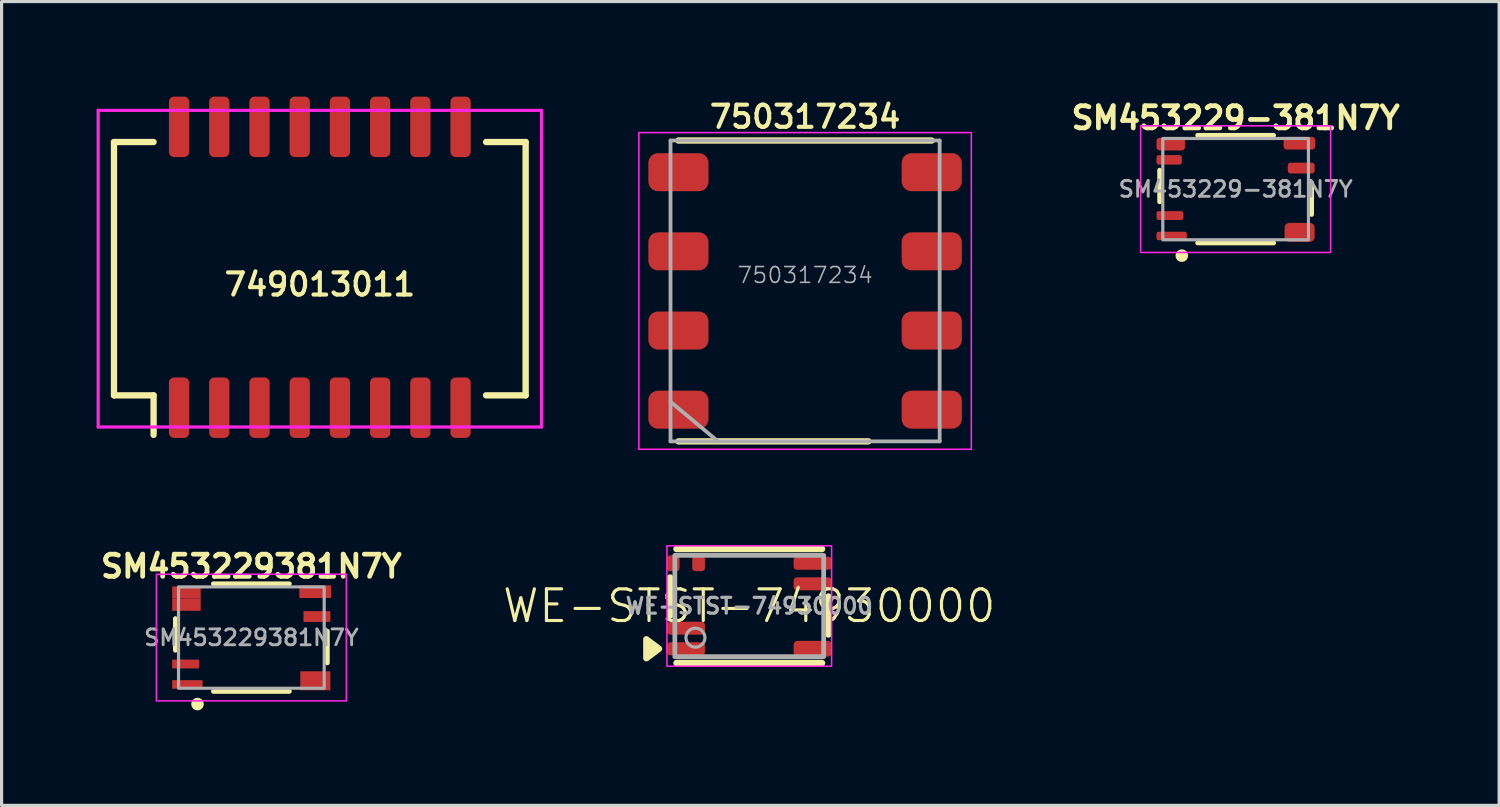
<source format=kicad_pcb>
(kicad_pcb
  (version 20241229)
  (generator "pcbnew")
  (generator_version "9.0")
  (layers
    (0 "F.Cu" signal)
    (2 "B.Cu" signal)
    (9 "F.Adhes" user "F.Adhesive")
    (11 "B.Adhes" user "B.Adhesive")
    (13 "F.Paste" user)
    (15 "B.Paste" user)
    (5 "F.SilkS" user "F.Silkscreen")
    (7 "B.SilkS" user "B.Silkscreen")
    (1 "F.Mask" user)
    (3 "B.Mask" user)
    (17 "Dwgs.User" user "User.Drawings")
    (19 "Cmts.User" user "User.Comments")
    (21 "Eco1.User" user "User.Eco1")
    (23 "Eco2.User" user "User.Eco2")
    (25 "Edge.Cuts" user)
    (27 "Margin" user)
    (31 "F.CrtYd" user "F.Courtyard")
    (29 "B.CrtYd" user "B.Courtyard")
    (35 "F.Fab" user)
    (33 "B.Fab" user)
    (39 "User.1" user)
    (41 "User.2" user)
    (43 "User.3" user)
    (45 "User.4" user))
  (footprint "WE-STST-74930000"
    (layer "F.Cu")
    (at 20.612 16.088)
    (property "Reference" "WE-STST-74930000" (at 0 0 0) (unlocked yes) (layer "F.SilkS") (effects (font (size 1 1) (thickness 0.1))))
    (attr smd)
    (fp_rect (start -2.4 -1.55) (end -1.6 -1.15) (stroke (width 0.1) (type solid)) (fill yes) (layer "F.Mask"))
    (fp_line (start -2.5 -0.9) (end -2.5 0.3) (stroke (width 0.2) (type default)) (layer "F.SilkS"))
    (fp_line (start -2.3 -1.8) (end 2.3 -1.8) (stroke (width 0.2) (type default)) (layer "F.SilkS"))
    (fp_line (start -2.3 1.8) (end 2.3 1.8) (stroke (width 0.2) (type default)) (layer "F.SilkS"))
    (fp_line (start 2.5 -0.3) (end 2.5 0.9) (stroke (width 0.2) (type default)) (layer "F.SilkS"))
    (fp_poly (pts (xy -2.85 1.35) (xy -3.25 1.05) (xy -3.25 1.65)) (stroke (width 0.2) (type solid)) (fill yes) (layer "F.SilkS"))
    (fp_rect (start -2.6 -1.9) (end 2.6 1.9) (stroke (width 0.05) (type default)) (fill no) (layer "F.CrtYd"))
    (fp_rect (start -2.35 -1.6) (end 2.35 1.6) (stroke (width 0.15) (type default)) (fill no) (layer "F.Fab"))
    (fp_circle (center -1.7 1) (end -1.4 1) (stroke (width 0.1) (type solid)) (fill no) (layer "F.Fab"))
    (fp_text user "${REFERENCE}" (at 0 0 0) (unlocked yes) (layer "F.Fab") (effects (font (size 0.5 0.5) (thickness 0.1) (bold yes))))
    (pad "1" smd roundrect (at -2 1.35) (size 1.2 0.41) (layers "F.Cu" "F.Mask" "F.Paste") (roundrect_rratio 0.25))
    (pad "2" smd roundrect (at -2 0.7) (size 1.2 0.41) (layers "F.Cu" "F.Mask" "F.Paste") (roundrect_rratio 0.25))
    (pad "3" smd roundrect (at -2.4 -1.35) (size 0.4 0.5) (layers "F.Cu" "F.Mask" "F.Paste") (roundrect_rratio 0.25))
    (pad "4" smd roundrect (at -1.6 -1.35) (size 0.4 0.5) (layers "F.Cu" "F.Mask" "F.Paste") (roundrect_rratio 0.25))
    (pad "5" smd roundrect (at 2 1.35) (size 1.2 0.5) (layers "F.Cu" "F.Mask" "F.Paste") (roundrect_rratio 0.25))
    (pad "6" smd roundrect (at 2 -0.7) (size 1.2 0.41) (layers "F.Cu" "F.Mask" "F.Paste") (roundrect_rratio 0.25))
    (pad "7" smd roundrect (at 2 -1.35) (size 1.2 0.41) (layers "F.Cu" "F.Mask" "F.Paste") (roundrect_rratio 0.25)))
  (footprint "749013011"
    (layer "F.Cu")
    (at 7.05 5.435)
    (property "Reference" "749013011" (at 0 0.5 0) (layer "F.SilkS") (effects (font (size 0.7 0.7) (thickness 0.13))))
    (attr through_hole)
    (fp_line (start -6.5 -4) (end -6.5 4) (stroke (width 0.2) (type solid)) (layer "F.SilkS"))
    (fp_line (start -6.5 4) (end -5.25 4) (stroke (width 0.2) (type solid)) (layer "F.SilkS"))
    (fp_line (start -5.25 -4) (end -6.5 -4) (stroke (width 0.2) (type solid)) (layer "F.SilkS"))
    (fp_line (start -5.25 4) (end -5.25 5.25) (stroke (width 0.2) (type solid)) (layer "F.SilkS"))
    (fp_line (start 5.25 -4) (end 6.5 -4) (stroke (width 0.2) (type solid)) (layer "F.SilkS"))
    (fp_line (start 6.5 -4) (end 6.5 4) (stroke (width 0.2) (type solid)) (layer "F.SilkS"))
    (fp_line (start 6.5 4) (end 5.25 4) (stroke (width 0.2) (type solid)) (layer "F.SilkS"))
    (fp_line (start -7 -5) (end 7 -5) (stroke (width 0.1) (type solid)) (layer "F.CrtYd"))
    (fp_line (start -7 5) (end -7 -5) (stroke (width 0.1) (type solid)) (layer "F.CrtYd"))
    (fp_line (start 7 -5) (end 7 5) (stroke (width 0.1) (type solid)) (layer "F.CrtYd"))
    (fp_line (start 7 5) (end -7 5) (stroke (width 0.1) (type solid)) (layer "F.CrtYd"))
    (pad "1" smd roundrect (at -4.445 4.39) (size 0.64 1.91) (layers "F.Cu" "F.Mask" "F.Paste") (roundrect_rratio 0.25))
    (pad "2" smd roundrect (at -3.175 4.39) (size 0.64 1.91) (layers "F.Cu" "F.Mask" "F.Paste") (roundrect_rratio 0.25))
    (pad "3" smd roundrect (at -1.905 4.39) (size 0.64 1.91) (layers "F.Cu" "F.Mask" "F.Paste") (roundrect_rratio 0.25))
    (pad "4" smd roundrect (at -0.635 4.39) (size 0.64 1.91) (layers "F.Cu" "F.Mask" "F.Paste") (roundrect_rratio 0.25))
    (pad "5" smd roundrect (at 0.635 4.39) (size 0.64 1.91) (layers "F.Cu" "F.Mask" "F.Paste") (roundrect_rratio 0.25))
    (pad "6" smd roundrect (at 1.905 4.39) (size 0.64 1.91) (layers "F.Cu" "F.Mask" "F.Paste") (roundrect_rratio 0.25))
    (pad "7" smd roundrect (at 3.175 4.39) (size 0.64 1.91) (layers "F.Cu" "F.Mask" "F.Paste") (roundrect_rratio 0.25))
    (pad "8" smd roundrect (at 4.445 4.39) (size 0.64 1.91) (layers "F.Cu" "F.Mask" "F.Paste") (roundrect_rratio 0.25))
    (pad "9" smd roundrect (at 4.445 -4.48) (size 0.64 1.91) (layers "F.Cu" "F.Mask" "F.Paste") (roundrect_rratio 0.25))
    (pad "10" smd roundrect (at 3.175 -4.48) (size 0.64 1.91) (layers "F.Cu" "F.Mask" "F.Paste") (roundrect_rratio 0.25))
    (pad "11" smd roundrect (at 1.905 -4.48) (size 0.64 1.91) (layers "F.Cu" "F.Mask" "F.Paste") (roundrect_rratio 0.25))
    (pad "12" smd roundrect (at 0.635 -4.48) (size 0.64 1.91) (layers "F.Cu" "F.Mask" "F.Paste") (roundrect_rratio 0.25))
    (pad "13" smd roundrect (at -0.635 -4.48) (size 0.64 1.91) (layers "F.Cu" "F.Mask" "F.Paste") (roundrect_rratio 0.25))
    (pad "14" smd roundrect (at -1.905 -4.48) (size 0.64 1.91) (layers "F.Cu" "F.Mask" "F.Paste") (roundrect_rratio 0.25))
    (pad "15" smd roundrect (at -3.175 -4.48) (size 0.64 1.91) (layers "F.Cu" "F.Mask" "F.Paste") (roundrect_rratio 0.25))
    (pad "16" smd roundrect (at -4.445 -4.48) (size 0.64 1.91) (layers "F.Cu" "F.Mask" "F.Paste") (roundrect_rratio 0.25)))
  (footprint "750317234"
    (layer "F.Cu")
    (at 22.375 6.138)
    (property "Reference" "750317234" (at 0 -5.5 0) (layer "F.SilkS") (effects (font (size 0.7 0.7) (thickness 0.13))))
    (attr through_hole)
    (fp_line (start 2 4.75) (end -4 4.75) (stroke (width 0.2) (type solid)) (layer "F.SilkS"))
    (fp_line (start 4 -4.75) (end -4 -4.75) (stroke (width 0.2) (type solid)) (layer "F.SilkS"))
    (fp_line (start -5.25 -5) (end 5.25 -5) (stroke (width 0.05) (type solid)) (layer "F.CrtYd"))
    (fp_line (start -5.25 5) (end -5.25 -5) (stroke (width 0.05) (type solid)) (layer "F.CrtYd"))
    (fp_line (start 5.25 -5) (end 5.25 5) (stroke (width 0.05) (type solid)) (layer "F.CrtYd"))
    (fp_line (start 5.25 5) (end -5.25 5) (stroke (width 0.05) (type solid)) (layer "F.CrtYd"))
    (fp_line (start -4.25 -4.75) (end 4.25 -4.75) (stroke (width 0.12) (type solid)) (layer "F.Fab"))
    (fp_line (start -4.25 3.5) (end -2.75 4.75) (stroke (width 0.12) (type solid)) (layer "F.Fab"))
    (fp_line (start -4.25 4.75) (end -4.25 -4.75) (stroke (width 0.12) (type solid)) (layer "F.Fab"))
    (fp_line (start 4.25 -4.75) (end 4.25 4.75) (stroke (width 0.12) (type solid)) (layer "F.Fab"))
    (fp_line (start 4.25 4.75) (end -4.25 4.75) (stroke (width 0.12) (type solid)) (layer "F.Fab"))
    (fp_text user "${REFERENCE}" (at 0 -0.5 0) (layer "F.Fab") (effects (font (size 0.5 0.5) (thickness 0.05))))
    (pad "1" smd roundrect (at -4 3.75 180) (size 1.9 1.2) (layers "F.Cu" "F.Mask" "F.Paste") (roundrect_rratio 0.25))
    (pad "2" smd roundrect (at -4 1.25 180) (size 1.9 1.2) (layers "F.Cu" "F.Mask" "F.Paste") (roundrect_rratio 0.25))
    (pad "3" smd roundrect (at -4 -1.25 180) (size 1.9 1.2) (layers "F.Cu" "F.Mask" "F.Paste") (roundrect_rratio 0.25))
    (pad "4" smd roundrect (at -4 -3.75 180) (size 1.9 1.2) (layers "F.Cu" "F.Mask" "F.Paste") (roundrect_rratio 0.25))
    (pad "5" smd roundrect (at 4 -3.75) (size 1.9 1.2) (layers "F.Cu" "F.Mask" "F.Paste") (roundrect_rratio 0.25))
    (pad "6" smd roundrect (at 4 -1.25) (size 1.9 1.2) (layers "F.Cu" "F.Mask" "F.Paste") (roundrect_rratio 0.25))
    (pad "7" smd roundrect (at 4 1.25) (size 1.9 1.2) (layers "F.Cu" "F.Mask" "F.Paste") (roundrect_rratio 0.25))
    (pad "8" smd roundrect (at 4 3.75) (size 1.9 1.2) (layers "F.Cu" "F.Mask" "F.Paste") (roundrect_rratio 0.25)))
  (footprint "SM453229381N7Y"
    (layer "F.Cu")
    (at 4.888 17.085)
    (property "Reference" "SM453229381N7Y" (at 0 -2.25 0) (layer "F.SilkS") (effects (font (size 0.7 0.7) (thickness 0.15) (bold yes))))
    (attr smd)
    (fp_line (start -2.4 -0.6) (end -2.4 0.4) (stroke (width 0.15) (type solid)) (layer "F.SilkS"))
    (fp_line (start -1.2 -1.7) (end 1.2 -1.7) (stroke (width 0.15) (type solid)) (layer "F.SilkS"))
    (fp_line (start -1.2 1.7) (end 1.2 1.7) (stroke (width 0.15) (type solid)) (layer "F.SilkS"))
    (fp_line (start 2.4 -0.2) (end 2.4 0.8) (stroke (width 0.15) (type solid)) (layer "F.SilkS"))
    (fp_circle (center -1.7 2.1) (end -1.6 2.1) (stroke (width 0.2) (type default)) (fill no) (layer "F.SilkS"))
    (fp_rect (start -3 -2) (end 3 2) (stroke (width 0.05) (type default)) (fill no) (layer "F.CrtYd"))
    (fp_rect (start -2.3 -1.6) (end 2.3 1.6) (stroke (width 0.1) (type default)) (fill no) (layer "F.Fab"))
    (fp_text user "${REFERENCE}" (at 0 0 0) (layer "F.Fab") (effects (font (size 0.5 0.5) (thickness 0.09) (bold yes))))
    (pad "1" smd rect (at -2.02 1.48 90) (size 0.27 0.96) (layers "F.Cu" "F.Mask" "F.Paste"))
    (pad "2" smd rect (at -2.075 0.835 90) (size 0.28 0.85) (layers "F.Cu" "F.Mask" "F.Paste"))
    (pad "3" smd rect (at -2.05 -1.037 90) (size 0.385 0.9) (layers "F.Cu" "F.Mask" "F.Paste"))
    (pad "4" smd rect (at -2.05 -1.422 90) (size 0.385 0.9) (layers "F.Cu" "F.Mask" "F.Paste"))
    (pad "5" smd rect (at 2.02 1.365 90) (size 0.6 0.95) (layers "F.Cu" "F.Mask" "F.Paste"))
    (pad "6" smd rect (at 2.07 -0.665 90) (size 0.34 0.85) (layers "F.Cu" "F.Mask" "F.Paste"))
    (pad "7" smd rect (at 2.015 -1.45 90) (size 0.4 1) (layers "F.Cu" "F.Mask" "F.Paste")))
  (footprint "SM453229-381N7Y"
    (layer "F.Cu")
    (at 35.972 2.923)
    (property "Reference" "SM453229-381N7Y" (at 0 -2.25 0) (layer "F.SilkS") (effects (font (size 0.7 0.7) (thickness 0.15) (bold yes))))
    (attr smd)
    (fp_line (start -2.4 -0.6) (end -2.4 0.4) (stroke (width 0.15) (type solid)) (layer "F.SilkS"))
    (fp_line (start -1.2 -1.7) (end 1.2 -1.7) (stroke (width 0.15) (type solid)) (layer "F.SilkS"))
    (fp_line (start -1.2 1.7) (end 1.2 1.7) (stroke (width 0.15) (type solid)) (layer "F.SilkS"))
    (fp_line (start 2.4 -0.2) (end 2.4 0.8) (stroke (width 0.15) (type solid)) (layer "F.SilkS"))
    (fp_circle (center -1.7 2.1) (end -1.6 2.1) (stroke (width 0.2) (type default)) (fill no) (layer "F.SilkS"))
    (fp_rect (start -3 -2) (end 3 2) (stroke (width 0.05) (type default)) (fill no) (layer "F.CrtYd"))
    (fp_rect (start -2.3 -1.6) (end 2.3 1.6) (stroke (width 0.1) (type default)) (fill no) (layer "F.Fab"))
    (fp_text user "${REFERENCE}" (at 0 0 0) (layer "F.Fab") (effects (font (size 0.5 0.5) (thickness 0.09) (bold yes))))
    (pad "1" smd roundrect (at -2.02 1.48 90) (size 0.27 0.96) (layers "F.Cu" "F.Mask" "F.Paste") (roundrect_rratio 0.25))
    (pad "2" smd roundrect (at -2.075 0.835 90) (size 0.28 0.85) (layers "F.Cu" "F.Mask" "F.Paste") (roundrect_rratio 0.25))
    (pad "3" smd roundrect (at -2.1 -0.925 90) (size 0.3 0.8) (layers "F.Cu" "F.Mask" "F.Paste") (roundrect_rratio 0.25))
    (pad "4" smd roundrect (at -2.05 -1.422 90) (size 0.4 0.9) (layers "F.Cu" "F.Mask" "F.Paste") (roundrect_rratio 0.25))
    (pad "5" smd roundrect (at 2.02 1.365 90) (size 0.6 0.95) (layers "F.Cu" "F.Mask" "F.Paste") (roundrect_rratio 0.25))
    (pad "6" smd roundrect (at 2.07 -0.665 90) (size 0.34 0.85) (layers "F.Cu" "F.Mask" "F.Paste") (roundrect_rratio 0.25))
    (pad "7" smd roundrect (at 2.015 -1.45 90) (size 0.4 1) (layers "F.Cu" "F.Mask" "F.Paste") (roundrect_rratio 0.25)))
  (gr_rect
    (start -3 -3)
    (end 44.293 22.385)
    (stroke (width 0.1) (type default))
    (fill no)
    (layer "Edge.Cuts")))
</source>
